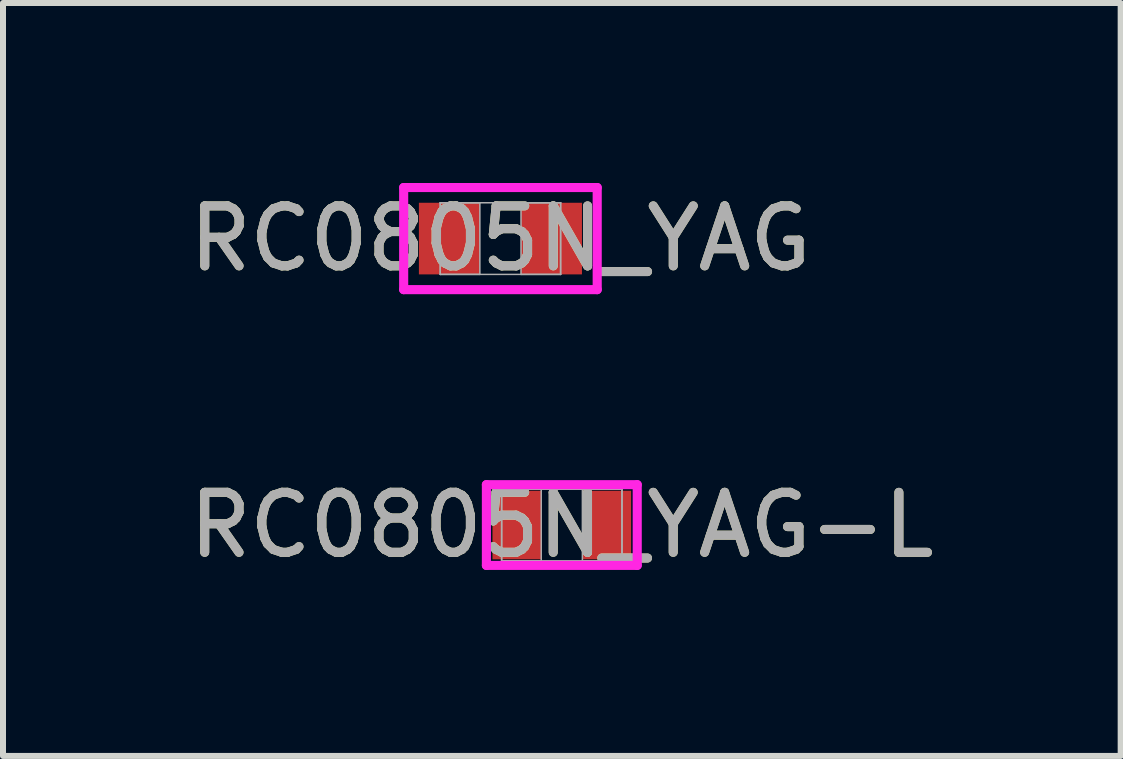
<source format=kicad_pcb>
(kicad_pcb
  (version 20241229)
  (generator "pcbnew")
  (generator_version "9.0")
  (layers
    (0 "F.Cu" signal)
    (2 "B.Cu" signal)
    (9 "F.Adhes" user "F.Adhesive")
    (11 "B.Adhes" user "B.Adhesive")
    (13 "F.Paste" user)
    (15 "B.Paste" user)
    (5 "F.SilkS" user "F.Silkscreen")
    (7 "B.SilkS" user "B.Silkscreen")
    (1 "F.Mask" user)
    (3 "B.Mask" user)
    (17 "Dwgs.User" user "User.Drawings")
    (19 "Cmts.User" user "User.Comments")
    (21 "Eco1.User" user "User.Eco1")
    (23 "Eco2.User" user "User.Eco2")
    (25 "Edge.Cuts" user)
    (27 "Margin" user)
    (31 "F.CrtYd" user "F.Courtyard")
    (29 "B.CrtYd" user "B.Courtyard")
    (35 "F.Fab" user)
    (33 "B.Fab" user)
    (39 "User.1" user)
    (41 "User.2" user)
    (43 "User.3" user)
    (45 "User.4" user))
  (footprint "RC0805N_YAG"
    (layer "F.Cu")
    (at 5.292 0.927)
    (property "Reference" "RC0805N_YAG" (at 0 0 0) (unlocked yes) (layer "F.SilkS") (effects (font (size 1 1) (thickness 0.15))))
    (attr smd)
    (fp_line (start -1.613 -0.851) (end 1.613 -0.851) (stroke (width 0.152) (type solid)) (layer "F.CrtYd"))
    (fp_line (start -1.613 0.851) (end -1.613 -0.851) (stroke (width 0.152) (type solid)) (layer "F.CrtYd"))
    (fp_line (start 1.613 -0.851) (end 1.613 0.851) (stroke (width 0.152) (type solid)) (layer "F.CrtYd"))
    (fp_line (start 1.613 0.851) (end -1.613 0.851) (stroke (width 0.152) (type solid)) (layer "F.CrtYd"))
    (fp_line (start -1.003 -0.597) (end -1.003 0.597) (stroke (width 0.025) (type solid)) (layer "F.Fab"))
    (fp_line (start -1.003 -0.597) (end -1.003 0.597) (stroke (width 0.025) (type solid)) (layer "F.Fab"))
    (fp_line (start -1.003 0.597) (end -0.343 0.597) (stroke (width 0.025) (type solid)) (layer "F.Fab"))
    (fp_line (start -1.003 0.597) (end 1.003 0.597) (stroke (width 0.025) (type solid)) (layer "F.Fab"))
    (fp_line (start -0.343 -0.597) (end -1.003 -0.597) (stroke (width 0.025) (type solid)) (layer "F.Fab"))
    (fp_line (start -0.343 0.597) (end -0.343 -0.597) (stroke (width 0.025) (type solid)) (layer "F.Fab"))
    (fp_line (start 0.343 -0.597) (end 0.343 0.597) (stroke (width 0.025) (type solid)) (layer "F.Fab"))
    (fp_line (start 0.343 0.597) (end 1.003 0.597) (stroke (width 0.025) (type solid)) (layer "F.Fab"))
    (fp_line (start 1.003 -0.597) (end -1.003 -0.597) (stroke (width 0.025) (type solid)) (layer "F.Fab"))
    (fp_line (start 1.003 -0.597) (end 0.343 -0.597) (stroke (width 0.025) (type solid)) (layer "F.Fab"))
    (fp_line (start 1.003 0.597) (end 1.003 -0.597) (stroke (width 0.025) (type solid)) (layer "F.Fab"))
    (fp_line (start 1.003 0.597) (end 1.003 -0.597) (stroke (width 0.025) (type solid)) (layer "F.Fab"))
    (fp_text user "${REFERENCE}" (at 0 0 0) (unlocked yes) (layer "F.Fab") (effects (font (size 1 1) (thickness 0.15))))
    (pad "1" smd rect (at -0.851 0) (size 1.016 1.194) (layers "F.Cu" "F.Mask" "F.Paste"))
    (pad "2" smd rect (at 0.851 0) (size 1.016 1.194) (layers "F.Cu" "F.Mask" "F.Paste"))
    (zone (net_name "") (layer "F.Cu") (hatch full 0.508) (connect_pads) (min_thickness 0.254) (filled_areas_thickness no) (keepout (tracks not_allowed) (vias not_allowed) (pads allowed) (copperpour not_allowed) (footprints allowed)) (placement (enabled no)) (fill) (polygon (pts (xy 5 0.381) (xy 5.584 0.381) (xy 5.584 1.473) (xy 5 1.473)))))
  (footprint "RC0805N_YAG-L"
    (layer "F.Cu")
    (at 6.315 5.702)
    (property "Reference" "RC0805N_YAG-L" (at 0 0 0) (unlocked yes) (layer "F.SilkS") (effects (font (size 1 1) (thickness 0.15))))
    (attr smd)
    (fp_line (start -1.257 -0.673) (end 1.257 -0.673) (stroke (width 0.152) (type solid)) (layer "F.CrtYd"))
    (fp_line (start -1.257 0.673) (end -1.257 -0.673) (stroke (width 0.152) (type solid)) (layer "F.CrtYd"))
    (fp_line (start 1.257 -0.673) (end 1.257 0.673) (stroke (width 0.152) (type solid)) (layer "F.CrtYd"))
    (fp_line (start 1.257 0.673) (end -1.257 0.673) (stroke (width 0.152) (type solid)) (layer "F.CrtYd"))
    (fp_line (start -1.003 -0.597) (end -1.003 0.597) (stroke (width 0.025) (type solid)) (layer "F.Fab"))
    (fp_line (start -1.003 -0.597) (end -1.003 0.597) (stroke (width 0.025) (type solid)) (layer "F.Fab"))
    (fp_line (start -1.003 0.597) (end -0.343 0.597) (stroke (width 0.025) (type solid)) (layer "F.Fab"))
    (fp_line (start -1.003 0.597) (end 1.003 0.597) (stroke (width 0.025) (type solid)) (layer "F.Fab"))
    (fp_line (start -0.343 -0.597) (end -1.003 -0.597) (stroke (width 0.025) (type solid)) (layer "F.Fab"))
    (fp_line (start -0.343 0.597) (end -0.343 -0.597) (stroke (width 0.025) (type solid)) (layer "F.Fab"))
    (fp_line (start 0.343 -0.597) (end 0.343 0.597) (stroke (width 0.025) (type solid)) (layer "F.Fab"))
    (fp_line (start 0.343 0.597) (end 1.003 0.597) (stroke (width 0.025) (type solid)) (layer "F.Fab"))
    (fp_line (start 1.003 -0.597) (end -1.003 -0.597) (stroke (width 0.025) (type solid)) (layer "F.Fab"))
    (fp_line (start 1.003 -0.597) (end 0.343 -0.597) (stroke (width 0.025) (type solid)) (layer "F.Fab"))
    (fp_line (start 1.003 0.597) (end 1.003 -0.597) (stroke (width 0.025) (type solid)) (layer "F.Fab"))
    (fp_line (start 1.003 0.597) (end 1.003 -0.597) (stroke (width 0.025) (type solid)) (layer "F.Fab"))
    (fp_text user "${REFERENCE}" (at 0 0 0) (unlocked yes) (layer "F.Fab") (effects (font (size 1 1) (thickness 0.15))))
    (pad "1" smd rect (at -0.749 0) (size 0.813 1.143) (layers "F.Cu" "F.Mask" "F.Paste"))
    (pad "2" smd rect (at 0.749 0) (size 0.813 1.143) (layers "F.Cu" "F.Mask" "F.Paste"))
    (zone (net_name "") (layer "F.Cu") (hatch full 0.508) (connect_pads) (min_thickness 0.254) (filled_areas_thickness no) (keepout (tracks not_allowed) (vias not_allowed) (pads allowed) (copperpour not_allowed) (footprints allowed)) (placement (enabled no)) (fill) (polygon (pts (xy 6.023 5.156) (xy 6.608 5.156) (xy 6.608 6.249) (xy 6.023 6.249)))))
  (gr_rect
    (start -3 -3)
    (end 15.631 9.551)
    (stroke (width 0.1) (type default))
    (fill no)
    (layer "Edge.Cuts")))
</source>
